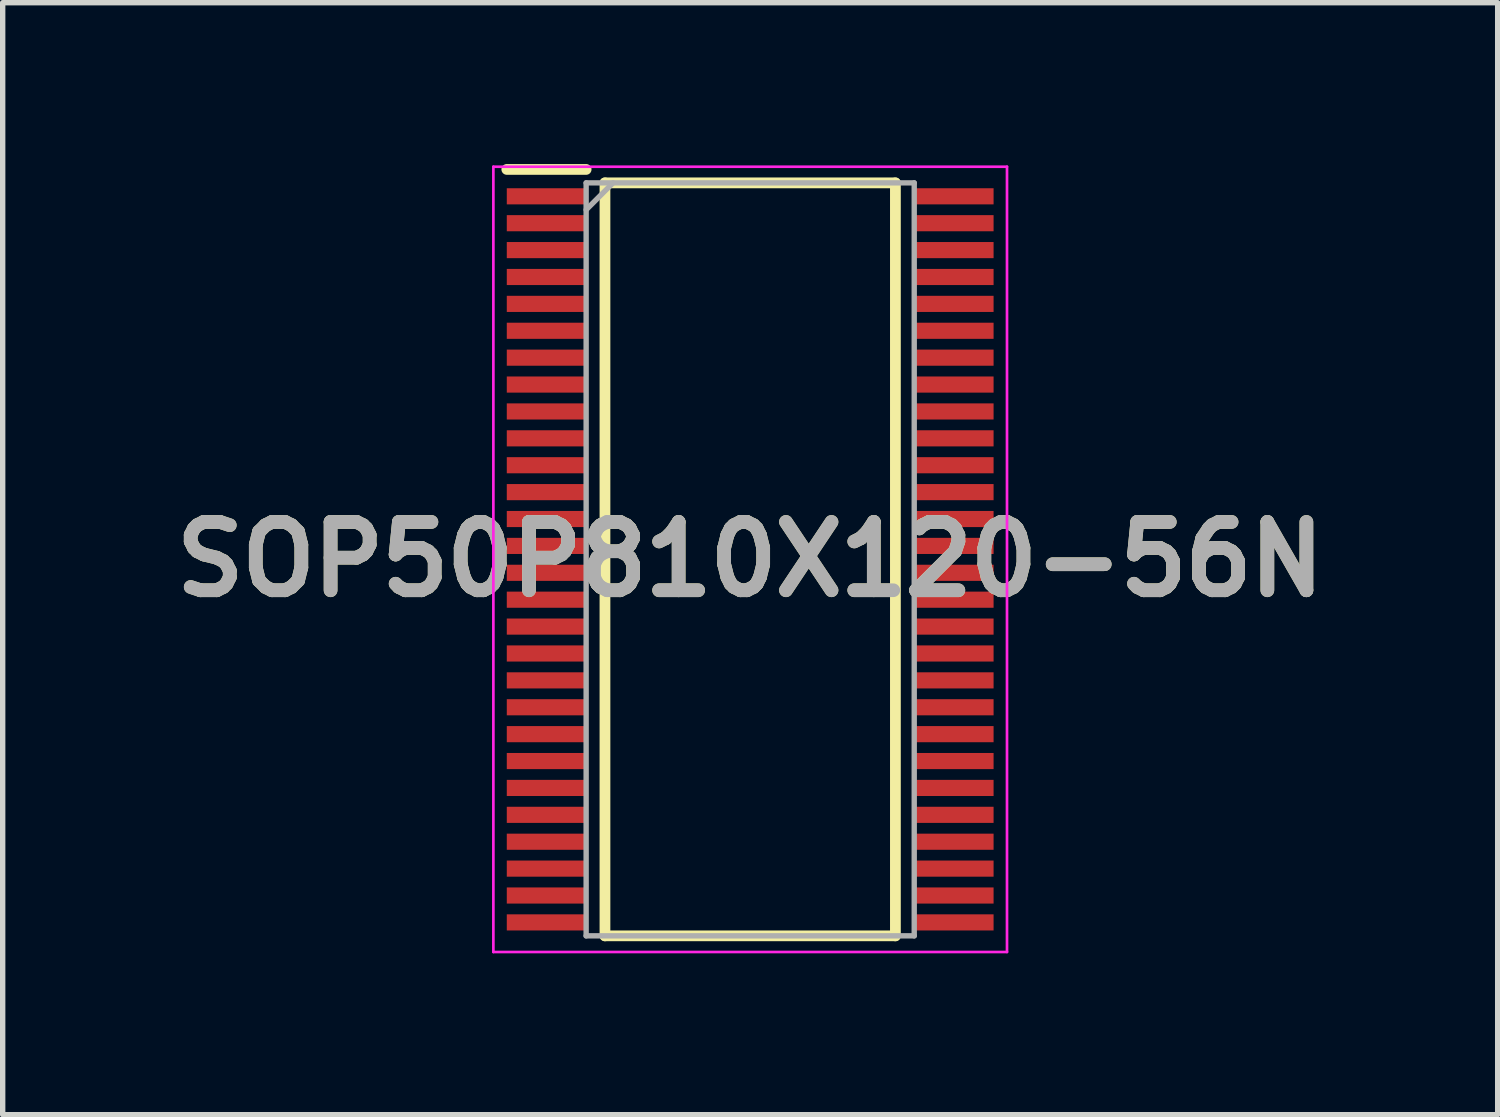
<source format=kicad_pcb>
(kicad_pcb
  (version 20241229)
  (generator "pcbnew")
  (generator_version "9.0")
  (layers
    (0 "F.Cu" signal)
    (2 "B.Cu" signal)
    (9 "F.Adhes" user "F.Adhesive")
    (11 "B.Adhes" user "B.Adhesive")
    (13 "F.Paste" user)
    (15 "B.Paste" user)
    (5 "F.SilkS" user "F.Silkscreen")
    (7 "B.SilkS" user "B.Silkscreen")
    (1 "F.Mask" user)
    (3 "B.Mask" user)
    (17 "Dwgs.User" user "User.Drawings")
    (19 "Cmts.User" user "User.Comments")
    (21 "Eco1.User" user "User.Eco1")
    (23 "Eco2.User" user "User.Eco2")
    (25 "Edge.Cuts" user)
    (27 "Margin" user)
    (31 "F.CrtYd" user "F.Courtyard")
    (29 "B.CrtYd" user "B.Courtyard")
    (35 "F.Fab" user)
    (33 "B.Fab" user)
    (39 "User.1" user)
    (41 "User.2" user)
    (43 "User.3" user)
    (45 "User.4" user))
  (footprint "SOP50P810X120-56N"
    (layer "F.Cu")
    (at 10.898 7.35)
    (property "Reference" "SOP50P810X120-56N" (at 0 0 0) (layer "F.SilkS") (effects (font (size 1.27 1.27) (thickness 0.254))))
    (attr smd)
    (fp_line (start -4.525 -7.25) (end -3.05 -7.25) (stroke (width 0.2) (type solid)) (layer "F.SilkS"))
    (fp_line (start -2.7 -7) (end 2.7 -7) (stroke (width 0.2) (type solid)) (layer "F.SilkS"))
    (fp_line (start -2.7 7) (end -2.7 -7) (stroke (width 0.2) (type solid)) (layer "F.SilkS"))
    (fp_line (start 2.7 -7) (end 2.7 7) (stroke (width 0.2) (type solid)) (layer "F.SilkS"))
    (fp_line (start 2.7 7) (end -2.7 7) (stroke (width 0.2) (type solid)) (layer "F.SilkS"))
    (fp_line (start -4.775 -7.3) (end 4.775 -7.3) (stroke (width 0.05) (type solid)) (layer "F.CrtYd"))
    (fp_line (start -4.775 7.3) (end -4.775 -7.3) (stroke (width 0.05) (type solid)) (layer "F.CrtYd"))
    (fp_line (start 4.775 -7.3) (end 4.775 7.3) (stroke (width 0.05) (type solid)) (layer "F.CrtYd"))
    (fp_line (start 4.775 7.3) (end -4.775 7.3) (stroke (width 0.05) (type solid)) (layer "F.CrtYd"))
    (fp_line (start -3.05 -7) (end 3.05 -7) (stroke (width 0.1) (type solid)) (layer "F.Fab"))
    (fp_line (start -3.05 -6.5) (end -2.55 -7) (stroke (width 0.1) (type solid)) (layer "F.Fab"))
    (fp_line (start -3.05 7) (end -3.05 -7) (stroke (width 0.1) (type solid)) (layer "F.Fab"))
    (fp_line (start 3.05 -7) (end 3.05 7) (stroke (width 0.1) (type solid)) (layer "F.Fab"))
    (fp_line (start 3.05 7) (end -3.05 7) (stroke (width 0.1) (type solid)) (layer "F.Fab"))
    (fp_text user "${REFERENCE}" (at 0 0 0) (layer "F.Fab") (effects (font (size 1.27 1.27) (thickness 0.254))))
    (pad "1" smd rect (at -3.788 -6.75 90) (size 0.3 1.475) (layers "F.Cu" "F.Mask" "F.Paste"))
    (pad "2" smd rect (at -3.788 -6.25 90) (size 0.3 1.475) (layers "F.Cu" "F.Mask" "F.Paste"))
    (pad "3" smd rect (at -3.788 -5.75 90) (size 0.3 1.475) (layers "F.Cu" "F.Mask" "F.Paste"))
    (pad "4" smd rect (at -3.788 -5.25 90) (size 0.3 1.475) (layers "F.Cu" "F.Mask" "F.Paste"))
    (pad "5" smd rect (at -3.788 -4.75 90) (size 0.3 1.475) (layers "F.Cu" "F.Mask" "F.Paste"))
    (pad "6" smd rect (at -3.788 -4.25 90) (size 0.3 1.475) (layers "F.Cu" "F.Mask" "F.Paste"))
    (pad "7" smd rect (at -3.788 -3.75 90) (size 0.3 1.475) (layers "F.Cu" "F.Mask" "F.Paste"))
    (pad "8" smd rect (at -3.788 -3.25 90) (size 0.3 1.475) (layers "F.Cu" "F.Mask" "F.Paste"))
    (pad "9" smd rect (at -3.788 -2.75 90) (size 0.3 1.475) (layers "F.Cu" "F.Mask" "F.Paste"))
    (pad "10" smd rect (at -3.788 -2.25 90) (size 0.3 1.475) (layers "F.Cu" "F.Mask" "F.Paste"))
    (pad "11" smd rect (at -3.788 -1.75 90) (size 0.3 1.475) (layers "F.Cu" "F.Mask" "F.Paste"))
    (pad "12" smd rect (at -3.788 -1.25 90) (size 0.3 1.475) (layers "F.Cu" "F.Mask" "F.Paste"))
    (pad "13" smd rect (at -3.788 -0.75 90) (size 0.3 1.475) (layers "F.Cu" "F.Mask" "F.Paste"))
    (pad "14" smd rect (at -3.788 -0.25 90) (size 0.3 1.475) (layers "F.Cu" "F.Mask" "F.Paste"))
    (pad "15" smd rect (at -3.788 0.25 90) (size 0.3 1.475) (layers "F.Cu" "F.Mask" "F.Paste"))
    (pad "16" smd rect (at -3.788 0.75 90) (size 0.3 1.475) (layers "F.Cu" "F.Mask" "F.Paste"))
    (pad "17" smd rect (at -3.788 1.25 90) (size 0.3 1.475) (layers "F.Cu" "F.Mask" "F.Paste"))
    (pad "18" smd rect (at -3.788 1.75 90) (size 0.3 1.475) (layers "F.Cu" "F.Mask" "F.Paste"))
    (pad "19" smd rect (at -3.788 2.25 90) (size 0.3 1.475) (layers "F.Cu" "F.Mask" "F.Paste"))
    (pad "20" smd rect (at -3.788 2.75 90) (size 0.3 1.475) (layers "F.Cu" "F.Mask" "F.Paste"))
    (pad "21" smd rect (at -3.788 3.25 90) (size 0.3 1.475) (layers "F.Cu" "F.Mask" "F.Paste"))
    (pad "22" smd rect (at -3.788 3.75 90) (size 0.3 1.475) (layers "F.Cu" "F.Mask" "F.Paste"))
    (pad "23" smd rect (at -3.788 4.25 90) (size 0.3 1.475) (layers "F.Cu" "F.Mask" "F.Paste"))
    (pad "24" smd rect (at -3.788 4.75 90) (size 0.3 1.475) (layers "F.Cu" "F.Mask" "F.Paste"))
    (pad "25" smd rect (at -3.788 5.25 90) (size 0.3 1.475) (layers "F.Cu" "F.Mask" "F.Paste"))
    (pad "26" smd rect (at -3.788 5.75 90) (size 0.3 1.475) (layers "F.Cu" "F.Mask" "F.Paste"))
    (pad "27" smd rect (at -3.788 6.25 90) (size 0.3 1.475) (layers "F.Cu" "F.Mask" "F.Paste"))
    (pad "28" smd rect (at -3.788 6.75 90) (size 0.3 1.475) (layers "F.Cu" "F.Mask" "F.Paste"))
    (pad "29" smd rect (at 3.788 6.75 90) (size 0.3 1.475) (layers "F.Cu" "F.Mask" "F.Paste"))
    (pad "30" smd rect (at 3.788 6.25 90) (size 0.3 1.475) (layers "F.Cu" "F.Mask" "F.Paste"))
    (pad "31" smd rect (at 3.788 5.75 90) (size 0.3 1.475) (layers "F.Cu" "F.Mask" "F.Paste"))
    (pad "32" smd rect (at 3.788 5.25 90) (size 0.3 1.475) (layers "F.Cu" "F.Mask" "F.Paste"))
    (pad "33" smd rect (at 3.788 4.75 90) (size 0.3 1.475) (layers "F.Cu" "F.Mask" "F.Paste"))
    (pad "34" smd rect (at 3.788 4.25 90) (size 0.3 1.475) (layers "F.Cu" "F.Mask" "F.Paste"))
    (pad "35" smd rect (at 3.788 3.75 90) (size 0.3 1.475) (layers "F.Cu" "F.Mask" "F.Paste"))
    (pad "36" smd rect (at 3.788 3.25 90) (size 0.3 1.475) (layers "F.Cu" "F.Mask" "F.Paste"))
    (pad "37" smd rect (at 3.788 2.75 90) (size 0.3 1.475) (layers "F.Cu" "F.Mask" "F.Paste"))
    (pad "38" smd rect (at 3.788 2.25 90) (size 0.3 1.475) (layers "F.Cu" "F.Mask" "F.Paste"))
    (pad "39" smd rect (at 3.788 1.75 90) (size 0.3 1.475) (layers "F.Cu" "F.Mask" "F.Paste"))
    (pad "40" smd rect (at 3.788 1.25 90) (size 0.3 1.475) (layers "F.Cu" "F.Mask" "F.Paste"))
    (pad "41" smd rect (at 3.788 0.75 90) (size 0.3 1.475) (layers "F.Cu" "F.Mask" "F.Paste"))
    (pad "42" smd rect (at 3.788 0.25 90) (size 0.3 1.475) (layers "F.Cu" "F.Mask" "F.Paste"))
    (pad "43" smd rect (at 3.788 -0.25 90) (size 0.3 1.475) (layers "F.Cu" "F.Mask" "F.Paste"))
    (pad "44" smd rect (at 3.788 -0.75 90) (size 0.3 1.475) (layers "F.Cu" "F.Mask" "F.Paste"))
    (pad "45" smd rect (at 3.788 -1.25 90) (size 0.3 1.475) (layers "F.Cu" "F.Mask" "F.Paste"))
    (pad "46" smd rect (at 3.788 -1.75 90) (size 0.3 1.475) (layers "F.Cu" "F.Mask" "F.Paste"))
    (pad "47" smd rect (at 3.788 -2.25 90) (size 0.3 1.475) (layers "F.Cu" "F.Mask" "F.Paste"))
    (pad "48" smd rect (at 3.788 -2.75 90) (size 0.3 1.475) (layers "F.Cu" "F.Mask" "F.Paste"))
    (pad "49" smd rect (at 3.788 -3.25 90) (size 0.3 1.475) (layers "F.Cu" "F.Mask" "F.Paste"))
    (pad "50" smd rect (at 3.788 -3.75 90) (size 0.3 1.475) (layers "F.Cu" "F.Mask" "F.Paste"))
    (pad "51" smd rect (at 3.788 -4.25 90) (size 0.3 1.475) (layers "F.Cu" "F.Mask" "F.Paste"))
    (pad "52" smd rect (at 3.788 -4.75 90) (size 0.3 1.475) (layers "F.Cu" "F.Mask" "F.Paste"))
    (pad "53" smd rect (at 3.788 -5.25 90) (size 0.3 1.475) (layers "F.Cu" "F.Mask" "F.Paste"))
    (pad "54" smd rect (at 3.788 -5.75 90) (size 0.3 1.475) (layers "F.Cu" "F.Mask" "F.Paste"))
    (pad "55" smd rect (at 3.788 -6.25 90) (size 0.3 1.475) (layers "F.Cu" "F.Mask" "F.Paste"))
    (pad "56" smd rect (at 3.788 -6.75 90) (size 0.3 1.475) (layers "F.Cu" "F.Mask" "F.Paste")))
  (gr_rect
    (start -3 -3)
    (end 24.796 17.675)
    (stroke (width 0.1) (type default))
    (fill no)
    (layer "Edge.Cuts")))
</source>
